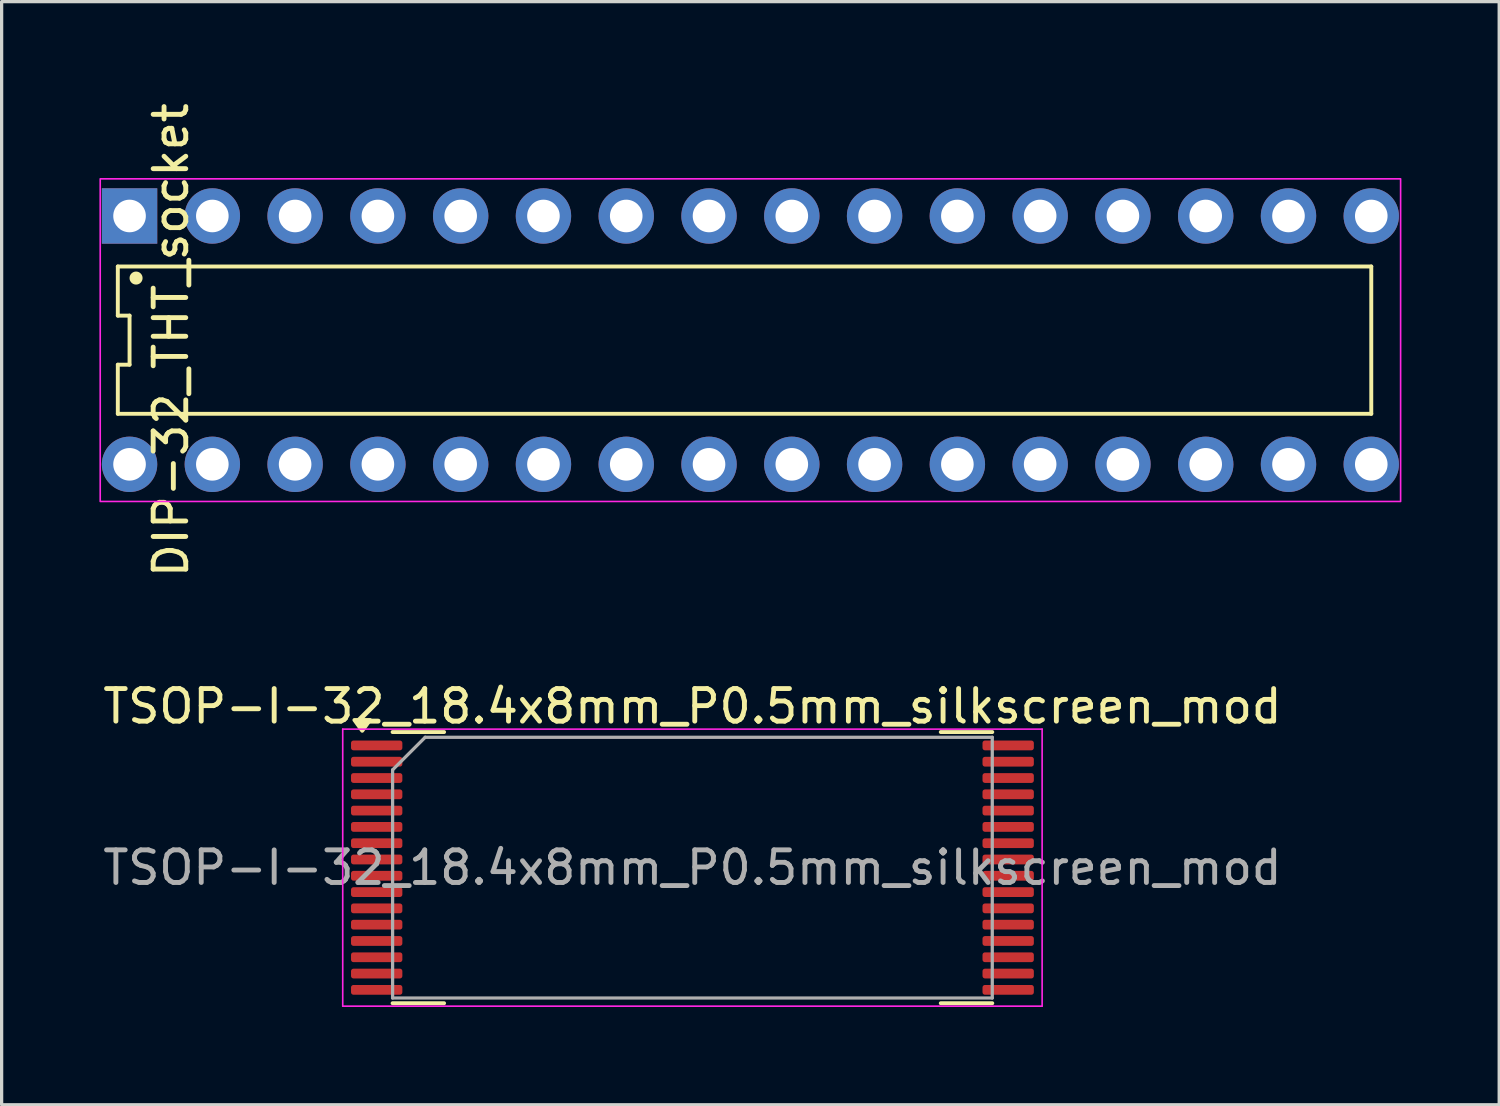
<source format=kicad_pcb>
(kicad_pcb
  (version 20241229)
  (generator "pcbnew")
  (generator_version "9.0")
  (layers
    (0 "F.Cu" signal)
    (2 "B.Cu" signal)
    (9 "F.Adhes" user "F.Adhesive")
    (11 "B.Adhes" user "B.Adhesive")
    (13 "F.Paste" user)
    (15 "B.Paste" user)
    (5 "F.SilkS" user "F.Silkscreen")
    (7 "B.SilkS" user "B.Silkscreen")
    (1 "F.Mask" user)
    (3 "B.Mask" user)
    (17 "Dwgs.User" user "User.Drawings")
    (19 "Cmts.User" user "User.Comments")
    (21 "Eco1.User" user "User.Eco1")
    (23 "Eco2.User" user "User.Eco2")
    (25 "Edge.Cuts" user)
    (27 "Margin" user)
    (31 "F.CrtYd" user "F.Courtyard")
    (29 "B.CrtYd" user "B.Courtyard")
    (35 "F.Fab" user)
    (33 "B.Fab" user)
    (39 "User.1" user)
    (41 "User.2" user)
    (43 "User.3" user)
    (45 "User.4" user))
  (footprint "TSOP-I-32_18.4x8mm_P0.5mm_silkscreen_mod"
    (layer "F.Cu")
    (at 18.196 23.572)
    (property "Reference" "TSOP-I-32_18.4x8mm_P0.5mm_silkscreen_mod" (at 0 -4.95 0) (layer "F.SilkS") (effects (font (size 1 1) (thickness 0.15))))
    (attr smd)
    (fp_line (start -7.62 -4.16) (end -9.2 -4.16) (stroke (width 0.12) (type solid)) (layer "F.SilkS"))
    (fp_line (start -7.62 4.16) (end -9.2 4.16) (stroke (width 0.12) (type solid)) (layer "F.SilkS"))
    (fp_line (start 7.62 -4.16) (end 9.2 -4.16) (stroke (width 0.12) (type solid)) (layer "F.SilkS"))
    (fp_line (start 7.62 4.16) (end 9.2 4.16) (stroke (width 0.12) (type solid)) (layer "F.SilkS"))
    (fp_poly (pts (xy -10.132 -4.2) (xy -9.892 -4.53) (xy -10.372 -4.53) (xy -10.132 -4.2)) (stroke (width 0.12) (type solid)) (fill yes) (layer "F.SilkS"))
    (fp_line (start -10.73 -4.25) (end -10.73 4.25) (stroke (width 0.05) (type solid)) (layer "F.CrtYd"))
    (fp_line (start -10.73 4.25) (end 10.73 4.25) (stroke (width 0.05) (type solid)) (layer "F.CrtYd"))
    (fp_line (start 10.73 -4.25) (end -10.73 -4.25) (stroke (width 0.05) (type solid)) (layer "F.CrtYd"))
    (fp_line (start 10.73 4.25) (end 10.73 -4.25) (stroke (width 0.05) (type solid)) (layer "F.CrtYd"))
    (fp_line (start -9.2 -3) (end -8.2 -4) (stroke (width 0.1) (type solid)) (layer "F.Fab"))
    (fp_line (start -9.2 4) (end -9.2 -3) (stroke (width 0.1) (type solid)) (layer "F.Fab"))
    (fp_line (start -8.2 -4) (end 9.2 -4) (stroke (width 0.1) (type solid)) (layer "F.Fab"))
    (fp_line (start 9.2 -4) (end 9.2 4) (stroke (width 0.1) (type solid)) (layer "F.Fab"))
    (fp_line (start 9.2 4) (end -9.2 4) (stroke (width 0.1) (type solid)) (layer "F.Fab"))
    (fp_text user "${REFERENCE}" (at 0 0 0) (layer "F.Fab") (effects (font (size 1 1) (thickness 0.15))))
    (pad "1" smd roundrect (at -9.688 -3.75) (size 1.575 0.3) (layers "F.Cu" "F.Mask" "F.Paste") (roundrect_rratio 0.25))
    (pad "2" smd roundrect (at -9.688 -3.25) (size 1.575 0.3) (layers "F.Cu" "F.Mask" "F.Paste") (roundrect_rratio 0.25))
    (pad "3" smd roundrect (at -9.688 -2.75) (size 1.575 0.3) (layers "F.Cu" "F.Mask" "F.Paste") (roundrect_rratio 0.25))
    (pad "4" smd roundrect (at -9.688 -2.25) (size 1.575 0.3) (layers "F.Cu" "F.Mask" "F.Paste") (roundrect_rratio 0.25))
    (pad "5" smd roundrect (at -9.688 -1.75) (size 1.575 0.3) (layers "F.Cu" "F.Mask" "F.Paste") (roundrect_rratio 0.25))
    (pad "6" smd roundrect (at -9.688 -1.25) (size 1.575 0.3) (layers "F.Cu" "F.Mask" "F.Paste") (roundrect_rratio 0.25))
    (pad "7" smd roundrect (at -9.688 -0.75) (size 1.575 0.3) (layers "F.Cu" "F.Mask" "F.Paste") (roundrect_rratio 0.25))
    (pad "8" smd roundrect (at -9.688 -0.25) (size 1.575 0.3) (layers "F.Cu" "F.Mask" "F.Paste") (roundrect_rratio 0.25))
    (pad "9" smd roundrect (at -9.688 0.25) (size 1.575 0.3) (layers "F.Cu" "F.Mask" "F.Paste") (roundrect_rratio 0.25))
    (pad "10" smd roundrect (at -9.688 0.75) (size 1.575 0.3) (layers "F.Cu" "F.Mask" "F.Paste") (roundrect_rratio 0.25))
    (pad "11" smd roundrect (at -9.688 1.25) (size 1.575 0.3) (layers "F.Cu" "F.Mask" "F.Paste") (roundrect_rratio 0.25))
    (pad "12" smd roundrect (at -9.688 1.75) (size 1.575 0.3) (layers "F.Cu" "F.Mask" "F.Paste") (roundrect_rratio 0.25))
    (pad "13" smd roundrect (at -9.688 2.25) (size 1.575 0.3) (layers "F.Cu" "F.Mask" "F.Paste") (roundrect_rratio 0.25))
    (pad "14" smd roundrect (at -9.688 2.75) (size 1.575 0.3) (layers "F.Cu" "F.Mask" "F.Paste") (roundrect_rratio 0.25))
    (pad "15" smd roundrect (at -9.688 3.25) (size 1.575 0.3) (layers "F.Cu" "F.Mask" "F.Paste") (roundrect_rratio 0.25))
    (pad "16" smd roundrect (at -9.688 3.75) (size 1.575 0.3) (layers "F.Cu" "F.Mask" "F.Paste") (roundrect_rratio 0.25))
    (pad "17" smd roundrect (at 9.688 3.75) (size 1.575 0.3) (layers "F.Cu" "F.Mask" "F.Paste") (roundrect_rratio 0.25))
    (pad "18" smd roundrect (at 9.688 3.25) (size 1.575 0.3) (layers "F.Cu" "F.Mask" "F.Paste") (roundrect_rratio 0.25))
    (pad "19" smd roundrect (at 9.688 2.75) (size 1.575 0.3) (layers "F.Cu" "F.Mask" "F.Paste") (roundrect_rratio 0.25))
    (pad "20" smd roundrect (at 9.688 2.25) (size 1.575 0.3) (layers "F.Cu" "F.Mask" "F.Paste") (roundrect_rratio 0.25))
    (pad "21" smd roundrect (at 9.688 1.75) (size 1.575 0.3) (layers "F.Cu" "F.Mask" "F.Paste") (roundrect_rratio 0.25))
    (pad "22" smd roundrect (at 9.688 1.25) (size 1.575 0.3) (layers "F.Cu" "F.Mask" "F.Paste") (roundrect_rratio 0.25))
    (pad "23" smd roundrect (at 9.688 0.75) (size 1.575 0.3) (layers "F.Cu" "F.Mask" "F.Paste") (roundrect_rratio 0.25))
    (pad "24" smd roundrect (at 9.688 0.25) (size 1.575 0.3) (layers "F.Cu" "F.Mask" "F.Paste") (roundrect_rratio 0.25))
    (pad "25" smd roundrect (at 9.688 -0.25) (size 1.575 0.3) (layers "F.Cu" "F.Mask" "F.Paste") (roundrect_rratio 0.25))
    (pad "26" smd roundrect (at 9.688 -0.75) (size 1.575 0.3) (layers "F.Cu" "F.Mask" "F.Paste") (roundrect_rratio 0.25))
    (pad "27" smd roundrect (at 9.688 -1.25) (size 1.575 0.3) (layers "F.Cu" "F.Mask" "F.Paste") (roundrect_rratio 0.25))
    (pad "28" smd roundrect (at 9.688 -1.75) (size 1.575 0.3) (layers "F.Cu" "F.Mask" "F.Paste") (roundrect_rratio 0.25))
    (pad "29" smd roundrect (at 9.688 -2.25) (size 1.575 0.3) (layers "F.Cu" "F.Mask" "F.Paste") (roundrect_rratio 0.25))
    (pad "30" smd roundrect (at 9.688 -2.75) (size 1.575 0.3) (layers "F.Cu" "F.Mask" "F.Paste") (roundrect_rratio 0.25))
    (pad "31" smd roundrect (at 9.688 -3.25) (size 1.575 0.3) (layers "F.Cu" "F.Mask" "F.Paste") (roundrect_rratio 0.25))
    (pad "32" smd roundrect (at 9.688 -3.75) (size 1.575 0.3) (layers "F.Cu" "F.Mask" "F.Paste") (roundrect_rratio 0.25)))
  (footprint "DIP-32_THT_socket"
    (layer "F.Cu")
    (at 19.975 7.387)
    (property "Reference" "DIP-32_THT_socket" (at -17.78 0 90) (unlocked yes) (layer "F.SilkS") (effects (font (size 1 1) (thickness 0.15))))
    (attr through_hole)
    (fp_line (start -19.41 -2.26) (end -19.41 -0.753) (stroke (width 0.12) (type default)) (layer "F.SilkS"))
    (fp_line (start -19.41 -0.753) (end -19.05 -0.753) (stroke (width 0.12) (type default)) (layer "F.SilkS"))
    (fp_line (start -19.41 0.753) (end -19.41 2.26) (stroke (width 0.12) (type default)) (layer "F.SilkS"))
    (fp_line (start -19.41 2.26) (end 19.05 2.26) (stroke (width 0.12) (type default)) (layer "F.SilkS"))
    (fp_line (start -19.05 -0.753) (end -19.05 0.753) (stroke (width 0.12) (type default)) (layer "F.SilkS"))
    (fp_line (start -19.05 0.753) (end -19.41 0.753) (stroke (width 0.12) (type default)) (layer "F.SilkS"))
    (fp_line (start 19.05 -2.26) (end -19.41 -2.26) (stroke (width 0.12) (type default)) (layer "F.SilkS"))
    (fp_line (start 19.05 2.26) (end 19.05 -2.26) (stroke (width 0.12) (type default)) (layer "F.SilkS"))
    (fp_circle (center -18.85 -1.905) (end -18.65 -1.905) (stroke (width 0) (type solid)) (fill yes) (layer "F.SilkS"))
    (fp_rect (start -19.95 -4.95) (end 19.95 4.95) (stroke (width 0.05) (type default)) (fill no) (layer "F.CrtYd"))
    (pad "1" thru_hole rect (at -19.05 -3.81) (size 1.7 1.7) (drill 1) (layers "*.Cu" "*.Paste" "*.Mask"))
    (pad "2" thru_hole circle (at -16.51 -3.81) (size 1.7 1.7) (drill 1) (layers "*.Cu" "*.Paste" "*.Mask"))
    (pad "3" thru_hole circle (at -13.97 -3.81) (size 1.7 1.7) (drill 1) (layers "*.Cu" "*.Paste" "*.Mask"))
    (pad "4" thru_hole circle (at -11.43 -3.81) (size 1.7 1.7) (drill 1) (layers "*.Cu" "*.Paste" "*.Mask"))
    (pad "5" thru_hole circle (at -8.89 -3.81) (size 1.7 1.7) (drill 1) (layers "*.Cu" "*.Paste" "*.Mask"))
    (pad "6" thru_hole circle (at -6.35 -3.81) (size 1.7 1.7) (drill 1) (layers "*.Cu" "*.Paste" "*.Mask"))
    (pad "7" thru_hole circle (at -3.81 -3.81) (size 1.7 1.7) (drill 1) (layers "*.Cu" "*.Paste" "*.Mask"))
    (pad "8" thru_hole circle (at -1.27 -3.81) (size 1.7 1.7) (drill 1) (layers "*.Cu" "*.Paste" "*.Mask"))
    (pad "9" thru_hole circle (at 1.27 -3.81) (size 1.7 1.7) (drill 1) (layers "*.Cu" "*.Paste" "*.Mask"))
    (pad "10" thru_hole circle (at 3.81 -3.81) (size 1.7 1.7) (drill 1) (layers "*.Cu" "*.Paste" "*.Mask"))
    (pad "11" thru_hole circle (at 6.35 -3.81) (size 1.7 1.7) (drill 1) (layers "*.Cu" "*.Paste" "*.Mask"))
    (pad "12" thru_hole circle (at 8.89 -3.81) (size 1.7 1.7) (drill 1) (layers "*.Cu" "*.Paste" "*.Mask"))
    (pad "13" thru_hole circle (at 11.43 -3.81) (size 1.7 1.7) (drill 1) (layers "*.Cu" "*.Paste" "*.Mask"))
    (pad "14" thru_hole circle (at 13.97 -3.81) (size 1.7 1.7) (drill 1) (layers "*.Cu" "*.Paste" "*.Mask"))
    (pad "15" thru_hole circle (at 16.51 -3.81) (size 1.7 1.7) (drill 1) (layers "*.Cu" "*.Paste" "*.Mask"))
    (pad "16" thru_hole circle (at 19.05 -3.81) (size 1.7 1.7) (drill 1) (layers "*.Cu" "*.Paste" "*.Mask"))
    (pad "17" thru_hole circle (at 19.05 3.81) (size 1.7 1.7) (drill 1) (layers "*.Cu" "*.Paste" "*.Mask"))
    (pad "18" thru_hole circle (at 16.51 3.81) (size 1.7 1.7) (drill 1) (layers "*.Cu" "*.Paste" "*.Mask"))
    (pad "19" thru_hole circle (at 13.97 3.81) (size 1.7 1.7) (drill 1) (layers "*.Cu" "*.Paste" "*.Mask"))
    (pad "20" thru_hole circle (at 11.43 3.81) (size 1.7 1.7) (drill 1) (layers "*.Cu" "*.Paste" "*.Mask"))
    (pad "21" thru_hole circle (at 8.89 3.81) (size 1.7 1.7) (drill 1) (layers "*.Cu" "*.Paste" "*.Mask"))
    (pad "22" thru_hole circle (at 6.35 3.81) (size 1.7 1.7) (drill 1) (layers "*.Cu" "*.Paste" "*.Mask"))
    (pad "23" thru_hole circle (at 3.81 3.81) (size 1.7 1.7) (drill 1) (layers "*.Cu" "*.Paste" "*.Mask"))
    (pad "24" thru_hole circle (at 1.27 3.81) (size 1.7 1.7) (drill 1) (layers "*.Cu" "*.Paste" "*.Mask"))
    (pad "25" thru_hole circle (at -1.27 3.81) (size 1.7 1.7) (drill 1) (layers "*.Cu" "*.Paste" "*.Mask"))
    (pad "26" thru_hole circle (at -3.81 3.81) (size 1.7 1.7) (drill 1) (layers "*.Cu" "*.Paste" "*.Mask"))
    (pad "27" thru_hole circle (at -6.35 3.81) (size 1.7 1.7) (drill 1) (layers "*.Cu" "*.Paste" "*.Mask"))
    (pad "28" thru_hole circle (at -8.89 3.81) (size 1.7 1.7) (drill 1) (layers "*.Cu" "*.Paste" "*.Mask"))
    (pad "29" thru_hole circle (at -11.43 3.81) (size 1.7 1.7) (drill 1) (layers "*.Cu" "*.Paste" "*.Mask"))
    (pad "30" thru_hole circle (at -13.97 3.81) (size 1.7 1.7) (drill 1) (layers "*.Cu" "*.Paste" "*.Mask"))
    (pad "31" thru_hole circle (at -16.51 3.81) (size 1.7 1.7) (drill 1) (layers "*.Cu" "*.Paste" "*.Mask"))
    (pad "32" thru_hole circle (at -19.05 3.81) (size 1.7 1.7) (drill 1) (layers "*.Cu" "*.Paste" "*.Mask")))
  (gr_rect
    (start -3 -3)
    (end 42.95 30.847)
    (stroke (width 0.1) (type default))
    (fill no)
    (layer "Edge.Cuts")))
</source>
